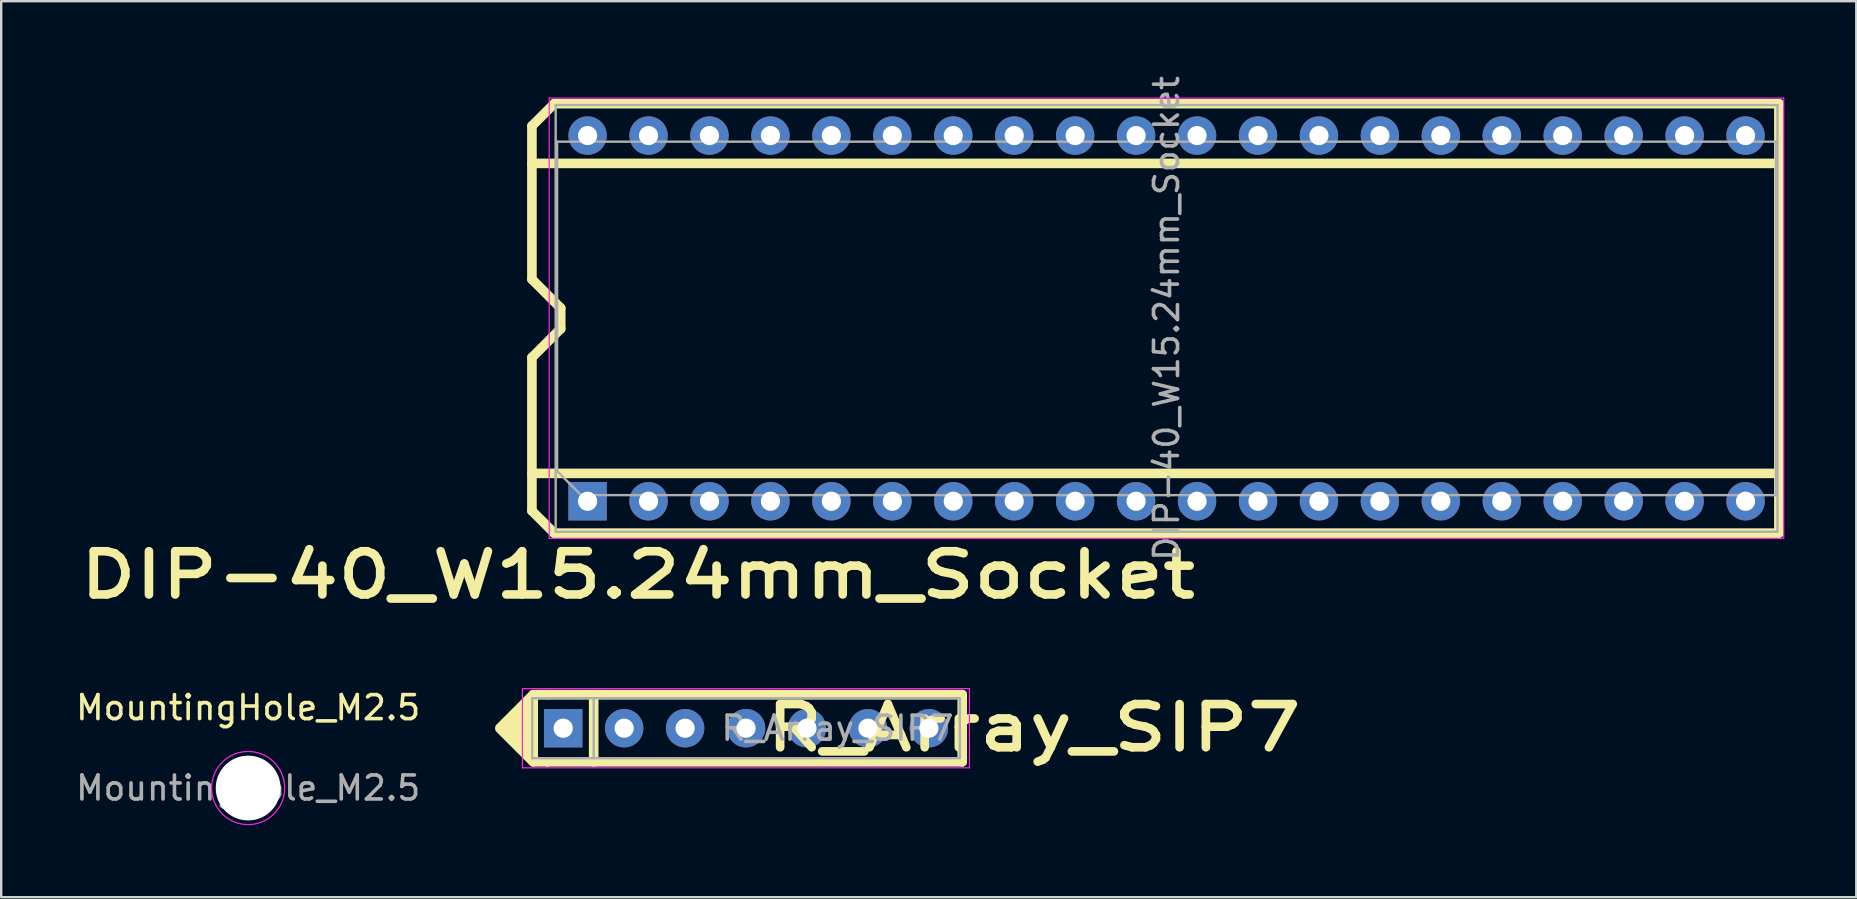
<source format=kicad_pcb>
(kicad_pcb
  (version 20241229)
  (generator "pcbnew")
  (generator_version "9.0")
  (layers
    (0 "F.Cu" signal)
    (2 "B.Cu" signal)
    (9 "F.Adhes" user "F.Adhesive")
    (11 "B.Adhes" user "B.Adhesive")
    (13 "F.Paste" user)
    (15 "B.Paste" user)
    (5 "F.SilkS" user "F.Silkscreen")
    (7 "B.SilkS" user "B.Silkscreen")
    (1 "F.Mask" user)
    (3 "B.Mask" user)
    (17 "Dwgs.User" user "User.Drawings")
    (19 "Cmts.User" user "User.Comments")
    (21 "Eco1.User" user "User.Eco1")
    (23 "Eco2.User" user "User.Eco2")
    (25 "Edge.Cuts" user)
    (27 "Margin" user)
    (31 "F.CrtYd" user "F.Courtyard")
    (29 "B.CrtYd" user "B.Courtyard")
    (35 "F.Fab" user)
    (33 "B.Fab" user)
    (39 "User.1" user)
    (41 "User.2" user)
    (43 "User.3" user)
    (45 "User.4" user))
  (footprint "DIP-40_W15.24mm_Socket"
    (layer "F.Cu")
    (at 21.449 17.83)
    (property "Reference" "DIP-40_W15.24mm_Socket" (at 2.08 3.08 180) (layer "F.SilkS") (effects (font (size 1.8 2.3) (thickness 0.36) (bold yes))))
    (attr through_hole)
    (fp_line (start -2.33 -15.63) (end -2.33 -9.24) (stroke (width 0.4) (type default)) (layer "F.SilkS"))
    (fp_line (start -2.33 -9.24) (end -1.13 -8.04) (stroke (width 0.4) (type default)) (layer "F.SilkS"))
    (fp_line (start -2.33 -5.98) (end -1.13 -7.18) (stroke (width 0.4) (type default)) (layer "F.SilkS"))
    (fp_line (start -2.33 0.41) (end -2.33 -5.98) (stroke (width 0.4) (type default)) (layer "F.SilkS"))
    (fp_line (start -1.4 -16.56) (end -2.33 -15.63) (stroke (width 0.4) (type default)) (layer "F.SilkS"))
    (fp_line (start -1.4 1.34) (end -2.33 0.41) (stroke (width 0.4) (type default)) (layer "F.SilkS"))
    (fp_line (start -1.4 1.34) (end 49.64 1.34) (stroke (width 0.4) (type solid)) (layer "F.SilkS"))
    (fp_line (start -1.34 -14.07) (end -2.33 -14.07) (stroke (width 0.4) (type default)) (layer "F.SilkS"))
    (fp_line (start -1.34 -1.15) (end -2.33 -1.15) (stroke (width 0.4) (type default)) (layer "F.SilkS"))
    (fp_line (start -1.34 -1.15) (end 49.58 -1.15) (stroke (width 0.4) (type solid)) (layer "F.SilkS"))
    (fp_line (start -1.13 -7.18) (end -1.13 -8.04) (stroke (width 0.4) (type default)) (layer "F.SilkS"))
    (fp_line (start 49.58 -14.07) (end -1.34 -14.07) (stroke (width 0.4) (type solid)) (layer "F.SilkS"))
    (fp_line (start 49.58 -1.15) (end 49.58 -14.07) (stroke (width 0.12) (type solid)) (layer "F.SilkS"))
    (fp_line (start 49.64 -16.56) (end -1.4 -16.56) (stroke (width 0.4) (type solid)) (layer "F.SilkS"))
    (fp_line (start 49.64 1.34) (end 49.64 -16.56) (stroke (width 0.4) (type solid)) (layer "F.SilkS"))
    (fp_line (start -1.61 -16.79) (end -1.61 1.56) (stroke (width 0.05) (type solid)) (layer "F.CrtYd"))
    (fp_line (start -1.61 1.56) (end 49.84 1.56) (stroke (width 0.05) (type solid)) (layer "F.CrtYd"))
    (fp_line (start 49.84 -16.79) (end -1.61 -16.79) (stroke (width 0.05) (type solid)) (layer "F.CrtYd"))
    (fp_line (start 49.84 1.56) (end 49.84 -16.79) (stroke (width 0.05) (type solid)) (layer "F.CrtYd"))
    (fp_line (start -1.34 -16.5) (end -1.34 1.28) (stroke (width 0.1) (type solid)) (layer "F.Fab"))
    (fp_line (start -1.34 1.28) (end 49.58 1.28) (stroke (width 0.1) (type solid)) (layer "F.Fab"))
    (fp_line (start -1.28 -14.975) (end 49.52 -14.975) (stroke (width 0.1) (type solid)) (layer "F.Fab"))
    (fp_line (start -1.28 -1.245) (end -1.28 -14.975) (stroke (width 0.1) (type solid)) (layer "F.Fab"))
    (fp_line (start -0.28 -0.245) (end -1.28 -1.245) (stroke (width 0.1) (type solid)) (layer "F.Fab"))
    (fp_line (start 49.52 -14.975) (end 49.52 -0.245) (stroke (width 0.1) (type solid)) (layer "F.Fab"))
    (fp_line (start 49.52 -0.245) (end -0.28 -0.245) (stroke (width 0.1) (type solid)) (layer "F.Fab"))
    (fp_line (start 49.58 -16.5) (end -1.34 -16.5) (stroke (width 0.1) (type solid)) (layer "F.Fab"))
    (fp_line (start 49.58 1.28) (end 49.58 -16.5) (stroke (width 0.1) (type solid)) (layer "F.Fab"))
    (fp_text user "${REFERENCE}" (at 24.12 -7.61 90) (layer "F.Fab") (effects (font (size 1 1) (thickness 0.15))))
    (pad "1" thru_hole rect (at -0.01 0.01 90) (size 1.6 1.6) (drill 0.8) (layers "*.Cu" "*.Mask"))
    (pad "2" thru_hole oval (at 2.53 0.01 90) (size 1.6 1.6) (drill 0.8) (layers "*.Cu" "*.Mask"))
    (pad "3" thru_hole oval (at 5.07 0.01 90) (size 1.6 1.6) (drill 0.8) (layers "*.Cu" "*.Mask"))
    (pad "4" thru_hole oval (at 7.61 0.01 90) (size 1.6 1.6) (drill 0.8) (layers "*.Cu" "*.Mask"))
    (pad "5" thru_hole oval (at 10.15 0.01 90) (size 1.6 1.6) (drill 0.8) (layers "*.Cu" "*.Mask"))
    (pad "6" thru_hole oval (at 12.69 0.01 90) (size 1.6 1.6) (drill 0.8) (layers "*.Cu" "*.Mask"))
    (pad "7" thru_hole oval (at 15.23 0.01 90) (size 1.6 1.6) (drill 0.8) (layers "*.Cu" "*.Mask"))
    (pad "8" thru_hole oval (at 17.77 0.01 90) (size 1.6 1.6) (drill 0.8) (layers "*.Cu" "*.Mask"))
    (pad "9" thru_hole oval (at 20.31 0.01 90) (size 1.6 1.6) (drill 0.8) (layers "*.Cu" "*.Mask"))
    (pad "10" thru_hole oval (at 22.85 0.01 90) (size 1.6 1.6) (drill 0.8) (layers "*.Cu" "*.Mask"))
    (pad "11" thru_hole oval (at 25.39 0.01 90) (size 1.6 1.6) (drill 0.8) (layers "*.Cu" "*.Mask"))
    (pad "12" thru_hole oval (at 27.93 0.01 90) (size 1.6 1.6) (drill 0.8) (layers "*.Cu" "*.Mask"))
    (pad "13" thru_hole oval (at 30.47 0.01 90) (size 1.6 1.6) (drill 0.8) (layers "*.Cu" "*.Mask"))
    (pad "14" thru_hole oval (at 33.01 0.01 90) (size 1.6 1.6) (drill 0.8) (layers "*.Cu" "*.Mask"))
    (pad "15" thru_hole oval (at 35.55 0.01 90) (size 1.6 1.6) (drill 0.8) (layers "*.Cu" "*.Mask"))
    (pad "16" thru_hole oval (at 38.09 0.01 90) (size 1.6 1.6) (drill 0.8) (layers "*.Cu" "*.Mask"))
    (pad "17" thru_hole oval (at 40.63 0.01 90) (size 1.6 1.6) (drill 0.8) (layers "*.Cu" "*.Mask"))
    (pad "18" thru_hole oval (at 43.17 0.01 90) (size 1.6 1.6) (drill 0.8) (layers "*.Cu" "*.Mask"))
    (pad "19" thru_hole oval (at 45.71 0.01 90) (size 1.6 1.6) (drill 0.8) (layers "*.Cu" "*.Mask"))
    (pad "20" thru_hole oval (at 48.25 0.01 90) (size 1.6 1.6) (drill 0.8) (layers "*.Cu" "*.Mask"))
    (pad "21" thru_hole oval (at 48.25 -15.23 90) (size 1.6 1.6) (drill 0.8) (layers "*.Cu" "*.Mask"))
    (pad "22" thru_hole oval (at 45.71 -15.23 90) (size 1.6 1.6) (drill 0.8) (layers "*.Cu" "*.Mask"))
    (pad "23" thru_hole oval (at 43.17 -15.23 90) (size 1.6 1.6) (drill 0.8) (layers "*.Cu" "*.Mask"))
    (pad "24" thru_hole oval (at 40.63 -15.23 90) (size 1.6 1.6) (drill 0.8) (layers "*.Cu" "*.Mask"))
    (pad "25" thru_hole oval (at 38.09 -15.23 90) (size 1.6 1.6) (drill 0.8) (layers "*.Cu" "*.Mask"))
    (pad "26" thru_hole oval (at 35.55 -15.23 90) (size 1.6 1.6) (drill 0.8) (layers "*.Cu" "*.Mask"))
    (pad "27" thru_hole oval (at 33.01 -15.23 90) (size 1.6 1.6) (drill 0.8) (layers "*.Cu" "*.Mask"))
    (pad "28" thru_hole oval (at 30.47 -15.23 90) (size 1.6 1.6) (drill 0.8) (layers "*.Cu" "*.Mask"))
    (pad "29" thru_hole oval (at 27.93 -15.23 90) (size 1.6 1.6) (drill 0.8) (layers "*.Cu" "*.Mask"))
    (pad "30" thru_hole oval (at 25.39 -15.23 90) (size 1.6 1.6) (drill 0.8) (layers "*.Cu" "*.Mask"))
    (pad "31" thru_hole oval (at 22.85 -15.23 90) (size 1.6 1.6) (drill 0.8) (layers "*.Cu" "*.Mask"))
    (pad "32" thru_hole oval (at 20.31 -15.23 90) (size 1.6 1.6) (drill 0.8) (layers "*.Cu" "*.Mask"))
    (pad "33" thru_hole oval (at 17.77 -15.23 90) (size 1.6 1.6) (drill 0.8) (layers "*.Cu" "*.Mask"))
    (pad "34" thru_hole oval (at 15.23 -15.23 90) (size 1.6 1.6) (drill 0.8) (layers "*.Cu" "*.Mask"))
    (pad "35" thru_hole oval (at 12.69 -15.23 90) (size 1.6 1.6) (drill 0.8) (layers "*.Cu" "*.Mask"))
    (pad "36" thru_hole oval (at 10.15 -15.23 90) (size 1.6 1.6) (drill 0.8) (layers "*.Cu" "*.Mask"))
    (pad "37" thru_hole oval (at 7.61 -15.23 90) (size 1.6 1.6) (drill 0.8) (layers "*.Cu" "*.Mask"))
    (pad "38" thru_hole oval (at 5.07 -15.23 90) (size 1.6 1.6) (drill 0.8) (layers "*.Cu" "*.Mask"))
    (pad "39" thru_hole oval (at 2.53 -15.23 90) (size 1.6 1.6) (drill 0.8) (layers "*.Cu" "*.Mask"))
    (pad "40" thru_hole oval (at -0.01 -15.23 90) (size 1.6 1.6) (drill 0.8) (layers "*.Cu" "*.Mask")))
  (footprint "MountingHole_M2.5"
    (layer "F.Cu")
    (at 7.292 29.793)
    (property "Reference" "MountingHole_M2.5" (at 0 -3.35 0) (layer "F.SilkS") (effects (font (size 1 1) (thickness 0.15))))
    (attr exclude_from_pos_files exclude_from_bom)
    (fp_circle (center 0 0) (end 1.524 0) (stroke (width 0.05) (type solid)) (fill no) (layer "F.CrtYd"))
    (fp_text user "${REFERENCE}" (at 0 0 0) (layer "F.Fab") (effects (font (size 1 1) (thickness 0.15))))
    (pad "" np_thru_hole circle (at 0 0) (size 2.7 2.7) (drill 2.7) (layers "*.Cu" "*.Mask")))
  (footprint "R_Array_SIP7"
    (layer "F.Cu")
    (at 20.433 27.28)
    (property "Reference" "R_Array_SIP7" (at 19.6 0 0) (layer "F.SilkS") (effects (font (size 1.8 2.3) (thickness 0.36) (bold yes))))
    (attr through_hole)
    (fp_line (start -0.67 -1.38) (end -1.26 -1.38) (stroke (width 0.4) (type default)) (layer "F.SilkS"))
    (fp_line (start -0.67 1.42) (end -1.26 1.42) (stroke (width 0.4) (type default)) (layer "F.SilkS"))
    (fp_line (start -0.67 1.42) (end 16.62 1.42) (stroke (width 0.4) (type solid)) (layer "F.SilkS"))
    (fp_line (start 1.26 -1.38) (end 1.26 1.42) (stroke (width 0.4) (type solid)) (layer "F.SilkS"))
    (fp_line (start 16.62 -1.38) (end -0.67 -1.38) (stroke (width 0.4) (type solid)) (layer "F.SilkS"))
    (fp_line (start 16.62 1.42) (end 16.62 -1.38) (stroke (width 0.4) (type solid)) (layer "F.SilkS"))
    (fp_poly (pts (xy -1.26 -1.38) (xy -2.65 0.01) (xy -2.65 0.03) (xy -1.26 1.42)) (stroke (width 0.4) (type solid)) (fill yes) (layer "F.SilkS"))
    (fp_line (start -1.71 -1.63) (end -1.71 1.67) (stroke (width 0.05) (type solid)) (layer "F.CrtYd"))
    (fp_line (start -1.71 1.67) (end 16.92 1.67) (stroke (width 0.05) (type solid)) (layer "F.CrtYd"))
    (fp_line (start 16.92 -1.63) (end -1.71 -1.63) (stroke (width 0.05) (type solid)) (layer "F.CrtYd"))
    (fp_line (start 16.92 1.67) (end 16.92 -1.63) (stroke (width 0.05) (type solid)) (layer "F.CrtYd"))
    (fp_line (start -1.3 -1.23) (end -1.3 1.27) (stroke (width 0.1) (type solid)) (layer "F.Fab"))
    (fp_line (start -1.3 1.27) (end 16.52 1.27) (stroke (width 0.1) (type solid)) (layer "F.Fab"))
    (fp_line (start 1.26 -1.23) (end 1.26 1.27) (stroke (width 0.1) (type solid)) (layer "F.Fab"))
    (fp_line (start 16.52 -1.23) (end -1.3 -1.23) (stroke (width 0.1) (type solid)) (layer "F.Fab"))
    (fp_line (start 16.52 1.27) (end 16.52 -1.23) (stroke (width 0.1) (type solid)) (layer "F.Fab"))
    (fp_text user "${REFERENCE}" (at 11.42 0.02 0) (layer "F.Fab") (effects (font (size 1 1) (thickness 0.15))))
    (pad "1" thru_hole rect (at -0.01 0.02) (size 1.6 1.6) (drill 0.8) (layers "*.Cu" "*.Mask"))
    (pad "2" thru_hole oval (at 2.53 0.02) (size 1.6 1.6) (drill 0.8) (layers "*.Cu" "*.Mask"))
    (pad "3" thru_hole oval (at 5.07 0.02) (size 1.6 1.6) (drill 0.8) (layers "*.Cu" "*.Mask"))
    (pad "4" thru_hole oval (at 7.61 0.02) (size 1.6 1.6) (drill 0.8) (layers "*.Cu" "*.Mask"))
    (pad "5" thru_hole oval (at 10.15 0.02) (size 1.6 1.6) (drill 0.8) (layers "*.Cu" "*.Mask"))
    (pad "6" thru_hole oval (at 12.69 0.02) (size 1.6 1.6) (drill 0.8) (layers "*.Cu" "*.Mask"))
    (pad "7" thru_hole oval (at 15.23 0.02) (size 1.6 1.6) (drill 0.8) (layers "*.Cu" "*.Mask")))
  (gr_rect
    (start -3 -3)
    (end 74.314 34.342)
    (stroke (width 0.1) (type default))
    (fill no)
    (layer "Edge.Cuts")))
</source>
